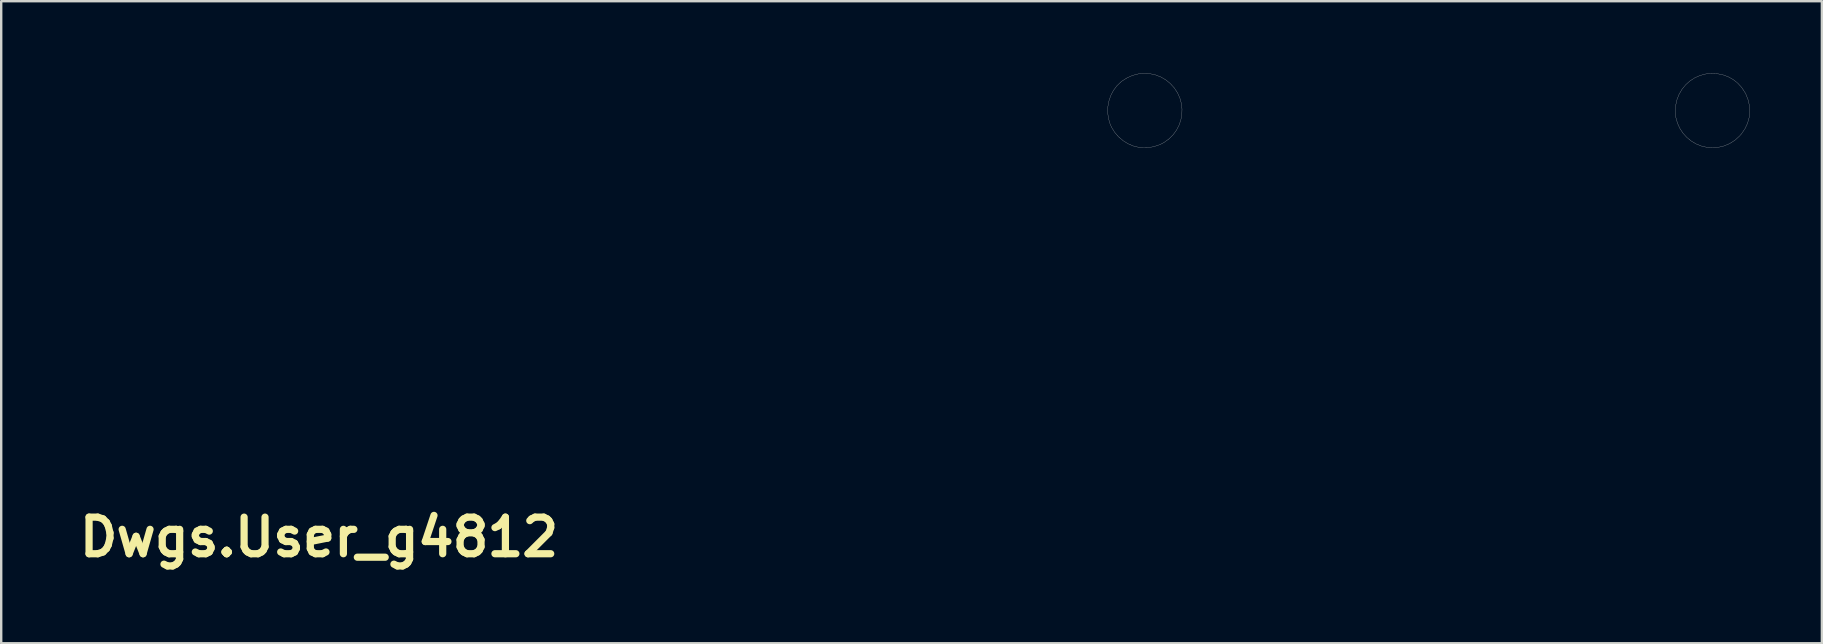
<source format=kicad_pcb>
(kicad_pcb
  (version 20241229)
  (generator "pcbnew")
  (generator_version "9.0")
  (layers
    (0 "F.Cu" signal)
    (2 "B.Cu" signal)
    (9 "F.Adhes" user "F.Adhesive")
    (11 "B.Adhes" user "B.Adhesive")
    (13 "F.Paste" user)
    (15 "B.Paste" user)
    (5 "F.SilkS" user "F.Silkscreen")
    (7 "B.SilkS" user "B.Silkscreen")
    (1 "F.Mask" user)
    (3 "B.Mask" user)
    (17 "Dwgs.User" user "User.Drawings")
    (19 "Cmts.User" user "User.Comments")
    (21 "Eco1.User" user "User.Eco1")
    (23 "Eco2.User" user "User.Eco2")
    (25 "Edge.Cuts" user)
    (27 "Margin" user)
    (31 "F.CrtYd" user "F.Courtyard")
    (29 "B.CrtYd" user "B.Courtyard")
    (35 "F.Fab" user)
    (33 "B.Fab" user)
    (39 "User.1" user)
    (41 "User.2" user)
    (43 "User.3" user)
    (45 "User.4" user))
  (footprint "Dwgs.User_g4812"
    (layer "F.Cu")
    (at 10.24 19.329)
    (property "Reference" "Dwgs.User_g4812" (at 0 0 0) (layer "F.SilkS") (effects (font (size 1.524 1.524) (thickness 0.3))))
    (attr through_hole)
    (fp_poly (pts (xy 34.608 -19.311) (xy 34.843 -19.26) (xy 35.07 -19.172) (xy 35.283 -19.047) (xy 35.468 -18.896) (xy 35.636 -18.709) (xy 35.769 -18.505) (xy 35.865 -18.289) (xy 35.926 -18.064) (xy 35.952 -17.835) (xy 35.945 -17.606) (xy 35.903 -17.38) (xy 35.829 -17.162) (xy 35.722 -16.956) (xy 35.583 -16.766) (xy 35.413 -16.596) (xy 35.213 -16.45) (xy 35.118 -16.396) (xy 34.926 -16.315) (xy 34.713 -16.257) (xy 34.493 -16.227) (xy 34.279 -16.225) (xy 34.174 -16.236) (xy 33.934 -16.294) (xy 33.707 -16.389) (xy 33.497 -16.519) (xy 33.31 -16.678) (xy 33.149 -16.864) (xy 33.019 -17.073) (xy 32.957 -17.213) (xy 32.887 -17.449) (xy 32.856 -17.69) (xy 32.863 -17.931) (xy 32.906 -18.168) (xy 32.983 -18.395) (xy 33.093 -18.607) (xy 33.235 -18.799) (xy 33.407 -18.966) (xy 33.447 -18.998) (xy 33.664 -19.136) (xy 33.892 -19.237) (xy 34.128 -19.299) (xy 34.368 -19.324) (xy 34.608 -19.311)) (stroke (width 0.01) (type solid)) (fill no) (layer "Dwgs.User"))
    (fp_poly (pts (xy 58.225 -19.313) (xy 58.472 -19.267) (xy 58.703 -19.183) (xy 58.917 -19.064) (xy 59.108 -18.911) (xy 59.275 -18.726) (xy 59.414 -18.511) (xy 59.447 -18.447) (xy 59.54 -18.209) (xy 59.593 -17.965) (xy 59.605 -17.721) (xy 59.578 -17.479) (xy 59.512 -17.244) (xy 59.408 -17.021) (xy 59.267 -16.812) (xy 59.176 -16.708) (xy 58.985 -16.536) (xy 58.772 -16.4) (xy 58.54 -16.301) (xy 58.292 -16.241) (xy 58.263 -16.236) (xy 58.15 -16.223) (xy 58.059 -16.217) (xy 57.972 -16.221) (xy 57.868 -16.233) (xy 57.839 -16.237) (xy 57.595 -16.293) (xy 57.368 -16.384) (xy 57.162 -16.507) (xy 56.979 -16.658) (xy 56.821 -16.834) (xy 56.692 -17.031) (xy 56.594 -17.246) (xy 56.529 -17.474) (xy 56.502 -17.713) (xy 56.513 -17.959) (xy 56.515 -17.969) (xy 56.569 -18.217) (xy 56.659 -18.448) (xy 56.782 -18.659) (xy 56.934 -18.846) (xy 57.112 -19.006) (xy 57.314 -19.137) (xy 57.535 -19.235) (xy 57.773 -19.298) (xy 57.966 -19.32) (xy 58.225 -19.313)) (stroke (width 0.01) (type solid)) (fill no) (layer "Dwgs.User")))
  (gr_rect
    (start -3 -3)
    (end 72.85 23.747)
    (stroke (width 0.1) (type default))
    (fill no)
    (layer "Edge.Cuts")))
</source>
